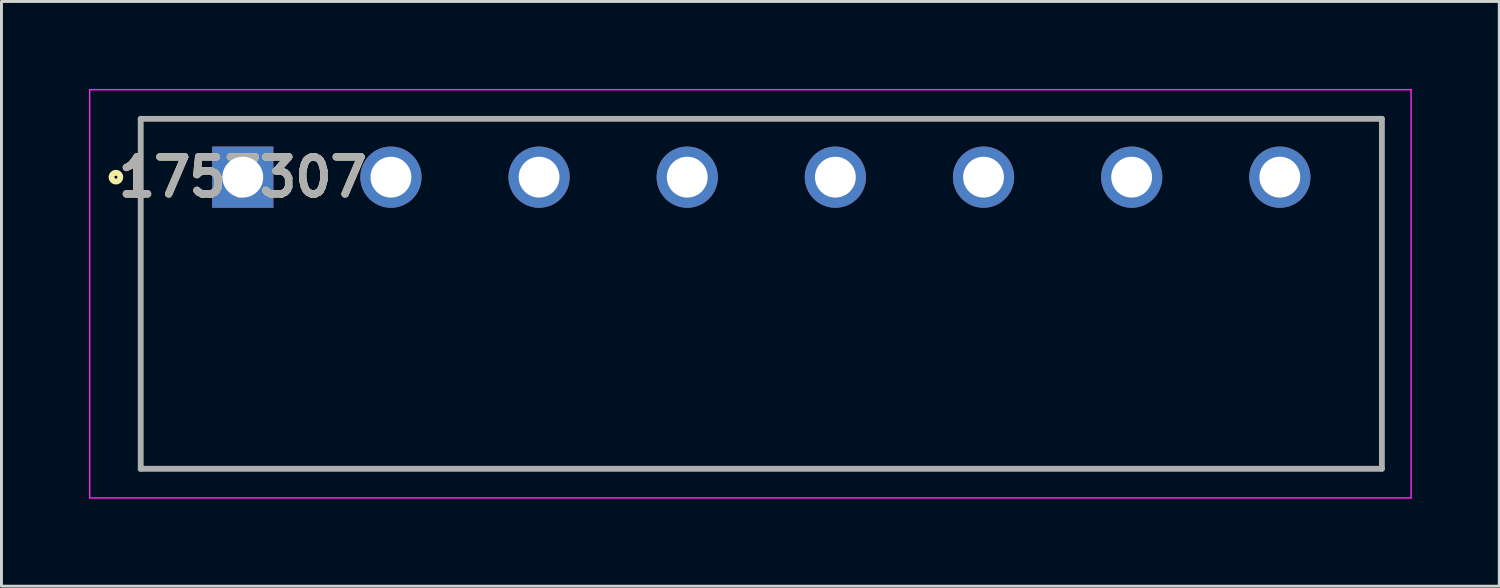
<source format=kicad_pcb>
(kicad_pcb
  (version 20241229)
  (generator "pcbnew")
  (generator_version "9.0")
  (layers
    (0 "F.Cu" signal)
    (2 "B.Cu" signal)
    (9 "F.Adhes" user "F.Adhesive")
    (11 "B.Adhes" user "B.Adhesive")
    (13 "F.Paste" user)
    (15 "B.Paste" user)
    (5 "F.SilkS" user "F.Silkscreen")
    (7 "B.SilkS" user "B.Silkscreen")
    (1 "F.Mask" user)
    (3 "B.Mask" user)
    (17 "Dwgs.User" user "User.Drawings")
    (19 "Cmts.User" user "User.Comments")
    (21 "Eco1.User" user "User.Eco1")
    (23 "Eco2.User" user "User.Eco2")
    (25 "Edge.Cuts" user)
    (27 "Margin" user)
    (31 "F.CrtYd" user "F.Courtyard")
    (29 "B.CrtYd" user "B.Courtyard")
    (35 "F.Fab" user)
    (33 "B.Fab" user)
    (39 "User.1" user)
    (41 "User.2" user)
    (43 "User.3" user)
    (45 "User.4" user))
  (footprint "1757307"
    (layer "F.Cu")
    (at 5.275 3.025)
    (property "Reference" "1757307" (at 0 0 0) (layer "F.SilkS") (effects (font (size 1.27 1.27) (thickness 0.254))))
    (attr through_hole)
    (fp_line (start -3.5 -2) (end 39.06 -2) (stroke (width 0.1) (type solid)) (layer "F.SilkS"))
    (fp_line (start -3.5 10) (end -3.5 -2) (stroke (width 0.1) (type solid)) (layer "F.SilkS"))
    (fp_line (start 39.06 -2) (end 39.06 10) (stroke (width 0.1) (type solid)) (layer "F.SilkS"))
    (fp_line (start 39.06 10) (end -3.5 10) (stroke (width 0.1) (type solid)) (layer "F.SilkS"))
    (fp_circle (center -4.35 0) (end -4.35 0.05) (stroke (width 0.2) (type solid)) (fill no) (layer "F.SilkS"))
    (fp_line (start -5.25 -3) (end 40.06 -3) (stroke (width 0.05) (type solid)) (layer "F.CrtYd"))
    (fp_line (start -5.25 11) (end -5.25 -3) (stroke (width 0.05) (type solid)) (layer "F.CrtYd"))
    (fp_line (start 40.06 -3) (end 40.06 11) (stroke (width 0.05) (type solid)) (layer "F.CrtYd"))
    (fp_line (start 40.06 11) (end -5.25 11) (stroke (width 0.05) (type solid)) (layer "F.CrtYd"))
    (fp_line (start -3.5 -2) (end 39.06 -2) (stroke (width 0.2) (type solid)) (layer "F.Fab"))
    (fp_line (start -3.5 10) (end -3.5 -2) (stroke (width 0.2) (type solid)) (layer "F.Fab"))
    (fp_line (start 39.06 -2) (end 39.06 10) (stroke (width 0.2) (type solid)) (layer "F.Fab"))
    (fp_line (start 39.06 10) (end -3.5 10) (stroke (width 0.2) (type solid)) (layer "F.Fab"))
    (fp_text user "${REFERENCE}" (at 0 0 0) (layer "F.Fab") (effects (font (size 1.27 1.27) (thickness 0.254))))
    (pad "1" thru_hole rect (at 0 0) (size 2.1 2.1) (drill 1.4) (layers "*.Cu" "*.Mask"))
    (pad "2" thru_hole circle (at 5.08 0) (size 2.1 2.1) (drill 1.4) (layers "*.Cu" "*.Mask"))
    (pad "3" thru_hole circle (at 10.16 0) (size 2.1 2.1) (drill 1.4) (layers "*.Cu" "*.Mask"))
    (pad "4" thru_hole circle (at 15.24 0) (size 2.1 2.1) (drill 1.4) (layers "*.Cu" "*.Mask"))
    (pad "5" thru_hole circle (at 20.32 0) (size 2.1 2.1) (drill 1.4) (layers "*.Cu" "*.Mask"))
    (pad "6" thru_hole circle (at 25.4 0) (size 2.1 2.1) (drill 1.4) (layers "*.Cu" "*.Mask"))
    (pad "7" thru_hole circle (at 30.48 0) (size 2.1 2.1) (drill 1.4) (layers "*.Cu" "*.Mask"))
    (pad "8" thru_hole circle (at 35.56 0) (size 2.1 2.1) (drill 1.4) (layers "*.Cu" "*.Mask")))
  (gr_rect
    (start -3 -3)
    (end 48.36 17.05)
    (stroke (width 0.1) (type default))
    (fill no)
    (layer "Edge.Cuts")))
</source>
